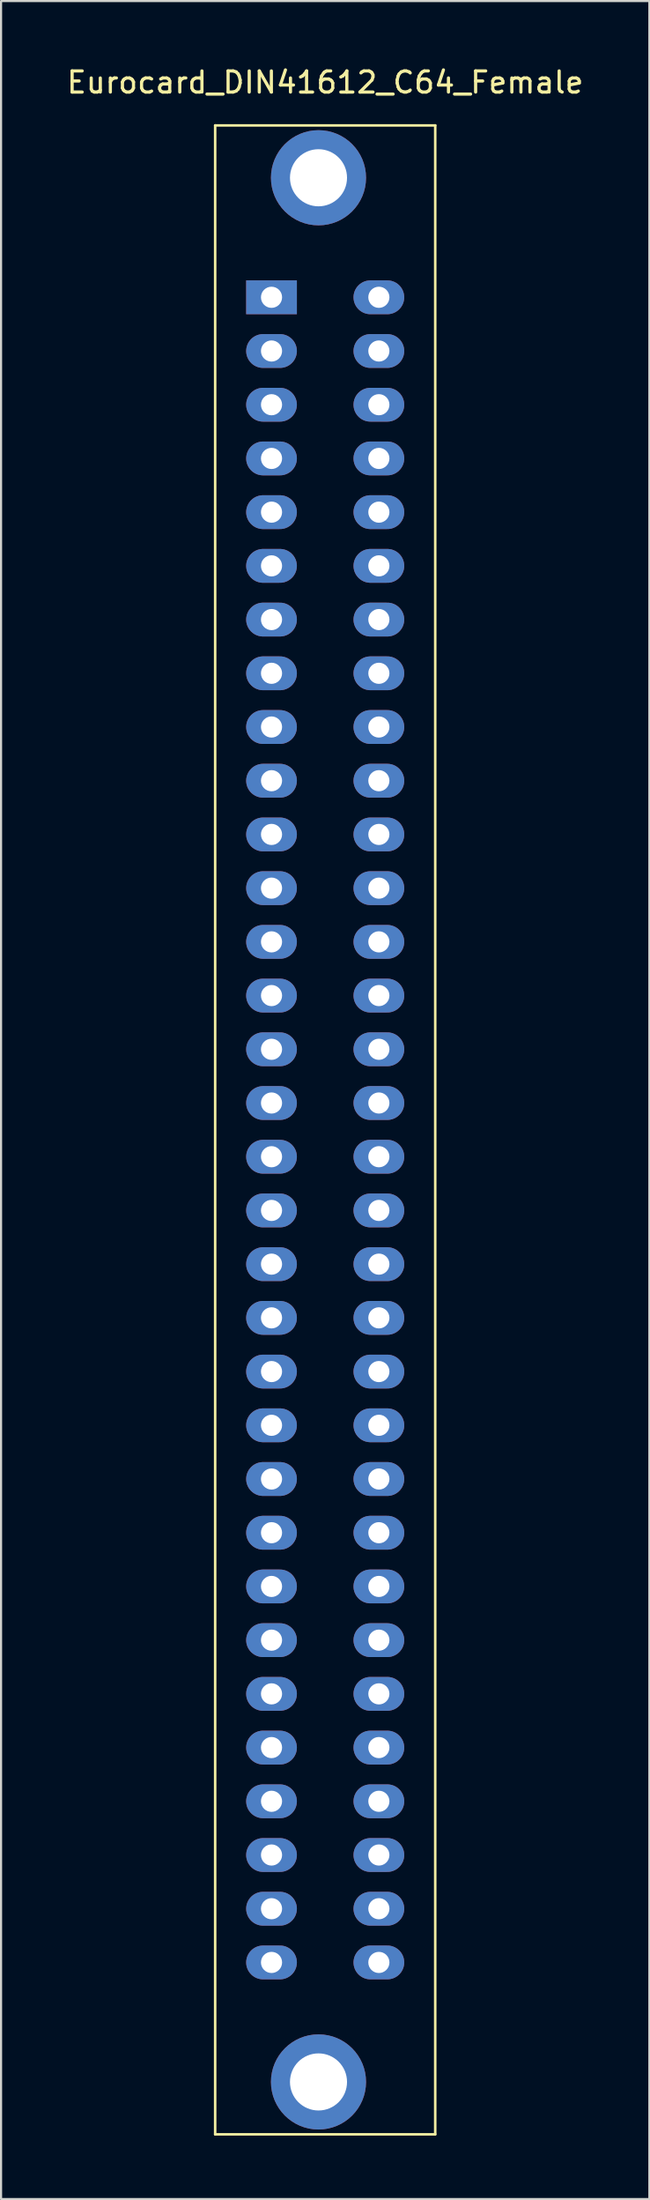
<source format=kicad_pcb>
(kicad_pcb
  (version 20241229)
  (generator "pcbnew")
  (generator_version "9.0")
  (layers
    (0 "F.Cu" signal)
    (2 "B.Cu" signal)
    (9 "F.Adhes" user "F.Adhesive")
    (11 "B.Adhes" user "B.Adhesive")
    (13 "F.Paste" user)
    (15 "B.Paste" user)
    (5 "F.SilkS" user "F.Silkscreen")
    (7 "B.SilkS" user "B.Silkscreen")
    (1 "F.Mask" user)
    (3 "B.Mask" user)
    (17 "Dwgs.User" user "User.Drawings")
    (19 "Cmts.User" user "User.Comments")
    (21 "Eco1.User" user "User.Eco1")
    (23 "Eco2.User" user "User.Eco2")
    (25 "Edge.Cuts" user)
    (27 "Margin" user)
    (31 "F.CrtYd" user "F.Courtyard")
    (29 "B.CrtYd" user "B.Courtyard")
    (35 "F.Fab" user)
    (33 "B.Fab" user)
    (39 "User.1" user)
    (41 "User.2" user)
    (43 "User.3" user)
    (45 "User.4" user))
  (footprint "Eurocard_DIN41612_C64_Female"
    (layer "F.Cu")
    (at 9.799 11.008)
    (property "Reference" "Eurocard_DIN41612_C64_Female" (at 2.54 -10.16 0) (layer "F.SilkS") (effects (font (size 1 1) (thickness 0.15))))
    (attr through_hole)
    (fp_line (start -2.667 -8.128) (end 7.747 -8.128) (stroke (width 0.12) (type solid)) (layer "F.SilkS"))
    (fp_line (start -2.667 86.868) (end -2.667 -8.128) (stroke (width 0.12) (type solid)) (layer "F.SilkS"))
    (fp_line (start -2.667 86.868) (end 7.747 86.868) (stroke (width 0.12) (type solid)) (layer "F.SilkS"))
    (fp_line (start 7.747 86.868) (end 7.747 -8.128) (stroke (width 0.12) (type solid)) (layer "F.SilkS"))
    (pad "" np_thru_hole circle (at 2.223 -5.652) (size 4.5 4.5) (drill 2.7) (layers "*.Cu" "*.Mask"))
    (pad "" np_thru_hole circle (at 2.223 84.391) (size 4.5 4.5) (drill 2.7) (layers "*.Cu" "*.Mask"))
    (pad "1A" thru_hole rect (at 0 0) (size 2.4 1.6) (drill 1) (layers "*.Cu" "*.Mask"))
    (pad "1C" thru_hole oval (at 5.08 0) (size 2.4 1.6) (drill 1) (layers "*.Cu" "*.Mask"))
    (pad "2A" thru_hole oval (at 0 2.54) (size 2.4 1.6) (drill 1) (layers "*.Cu" "*.Mask"))
    (pad "2C" thru_hole oval (at 5.08 2.54) (size 2.4 1.6) (drill 1) (layers "*.Cu" "*.Mask"))
    (pad "3A" thru_hole oval (at 0 5.08) (size 2.4 1.6) (drill 1) (layers "*.Cu" "*.Mask"))
    (pad "3C" thru_hole oval (at 5.08 5.08) (size 2.4 1.6) (drill 1) (layers "*.Cu" "*.Mask"))
    (pad "4A" thru_hole oval (at 0 7.62) (size 2.4 1.6) (drill 1) (layers "*.Cu" "*.Mask"))
    (pad "4C" thru_hole oval (at 5.08 7.62) (size 2.4 1.6) (drill 1) (layers "*.Cu" "*.Mask"))
    (pad "5A" thru_hole oval (at 0 10.16) (size 2.4 1.6) (drill 1) (layers "*.Cu" "*.Mask"))
    (pad "5C" thru_hole oval (at 5.08 10.16) (size 2.4 1.6) (drill 1) (layers "*.Cu" "*.Mask"))
    (pad "6A" thru_hole oval (at 0 12.7) (size 2.4 1.6) (drill 1) (layers "*.Cu" "*.Mask"))
    (pad "6C" thru_hole oval (at 5.08 12.7) (size 2.4 1.6) (drill 1) (layers "*.Cu" "*.Mask"))
    (pad "7A" thru_hole oval (at 0 15.24) (size 2.4 1.6) (drill 1) (layers "*.Cu" "*.Mask"))
    (pad "7C" thru_hole oval (at 5.08 15.24) (size 2.4 1.6) (drill 1) (layers "*.Cu" "*.Mask"))
    (pad "8A" thru_hole oval (at 0 17.78) (size 2.4 1.6) (drill 1) (layers "*.Cu" "*.Mask"))
    (pad "8C" thru_hole oval (at 5.08 17.78) (size 2.4 1.6) (drill 1) (layers "*.Cu" "*.Mask"))
    (pad "9A" thru_hole oval (at 0 20.32) (size 2.4 1.6) (drill 1) (layers "*.Cu" "*.Mask"))
    (pad "9C" thru_hole oval (at 5.08 20.32) (size 2.4 1.6) (drill 1) (layers "*.Cu" "*.Mask"))
    (pad "10A" thru_hole oval (at 0 22.86) (size 2.4 1.6) (drill 1) (layers "*.Cu" "*.Mask"))
    (pad "10C" thru_hole oval (at 5.08 22.86) (size 2.4 1.6) (drill 1) (layers "*.Cu" "*.Mask"))
    (pad "11A" thru_hole oval (at 0 25.4) (size 2.4 1.6) (drill 1) (layers "*.Cu" "*.Mask"))
    (pad "11C" thru_hole oval (at 5.08 25.4) (size 2.4 1.6) (drill 1) (layers "*.Cu" "*.Mask"))
    (pad "12A" thru_hole oval (at 0 27.94) (size 2.4 1.6) (drill 1) (layers "*.Cu" "*.Mask"))
    (pad "12C" thru_hole oval (at 5.08 27.94) (size 2.4 1.6) (drill 1) (layers "*.Cu" "*.Mask"))
    (pad "13A" thru_hole oval (at 0 30.48) (size 2.4 1.6) (drill 1) (layers "*.Cu" "*.Mask"))
    (pad "13C" thru_hole oval (at 5.08 30.48) (size 2.4 1.6) (drill 1) (layers "*.Cu" "*.Mask"))
    (pad "14A" thru_hole oval (at 0 33.02) (size 2.4 1.6) (drill 1) (layers "*.Cu" "*.Mask"))
    (pad "14C" thru_hole oval (at 5.08 33.02) (size 2.4 1.6) (drill 1) (layers "*.Cu" "*.Mask"))
    (pad "15A" thru_hole oval (at 0 35.56) (size 2.4 1.6) (drill 1) (layers "*.Cu" "*.Mask"))
    (pad "15C" thru_hole oval (at 5.08 35.56) (size 2.4 1.6) (drill 1) (layers "*.Cu" "*.Mask"))
    (pad "16A" thru_hole oval (at 0 38.1) (size 2.4 1.6) (drill 1) (layers "*.Cu" "*.Mask"))
    (pad "16C" thru_hole oval (at 5.08 38.1) (size 2.4 1.6) (drill 1) (layers "*.Cu" "*.Mask"))
    (pad "17A" thru_hole oval (at 0 40.64) (size 2.4 1.6) (drill 1) (layers "*.Cu" "*.Mask"))
    (pad "17C" thru_hole oval (at 5.08 40.64) (size 2.4 1.6) (drill 1) (layers "*.Cu" "*.Mask"))
    (pad "18A" thru_hole oval (at 0 43.18) (size 2.4 1.6) (drill 1) (layers "*.Cu" "*.Mask"))
    (pad "18C" thru_hole oval (at 5.08 43.18) (size 2.4 1.6) (drill 1) (layers "*.Cu" "*.Mask"))
    (pad "19A" thru_hole oval (at 0 45.72) (size 2.4 1.6) (drill 1) (layers "*.Cu" "*.Mask"))
    (pad "19C" thru_hole oval (at 5.08 45.72) (size 2.4 1.6) (drill 1) (layers "*.Cu" "*.Mask"))
    (pad "20A" thru_hole oval (at 0 48.26) (size 2.4 1.6) (drill 1) (layers "*.Cu" "*.Mask"))
    (pad "20C" thru_hole oval (at 5.08 48.26) (size 2.4 1.6) (drill 1) (layers "*.Cu" "*.Mask"))
    (pad "21A" thru_hole oval (at 0 50.8) (size 2.4 1.6) (drill 1) (layers "*.Cu" "*.Mask"))
    (pad "21C" thru_hole oval (at 5.08 50.8) (size 2.4 1.6) (drill 1) (layers "*.Cu" "*.Mask"))
    (pad "22A" thru_hole oval (at 0 53.34) (size 2.4 1.6) (drill 1) (layers "*.Cu" "*.Mask"))
    (pad "22C" thru_hole oval (at 5.08 53.34) (size 2.4 1.6) (drill 1) (layers "*.Cu" "*.Mask"))
    (pad "23A" thru_hole oval (at 0 55.88) (size 2.4 1.6) (drill 1) (layers "*.Cu" "*.Mask"))
    (pad "23C" thru_hole oval (at 5.08 55.88) (size 2.4 1.6) (drill 1) (layers "*.Cu" "*.Mask"))
    (pad "24A" thru_hole oval (at 0 58.42) (size 2.4 1.6) (drill 1) (layers "*.Cu" "*.Mask"))
    (pad "24C" thru_hole oval (at 5.08 58.42) (size 2.4 1.6) (drill 1) (layers "*.Cu" "*.Mask"))
    (pad "25A" thru_hole oval (at 0 60.96) (size 2.4 1.6) (drill 1) (layers "*.Cu" "*.Mask"))
    (pad "25C" thru_hole oval (at 5.08 60.96) (size 2.4 1.6) (drill 1) (layers "*.Cu" "*.Mask"))
    (pad "26A" thru_hole oval (at 0 63.5) (size 2.4 1.6) (drill 1) (layers "*.Cu" "*.Mask"))
    (pad "26C" thru_hole oval (at 5.08 63.5) (size 2.4 1.6) (drill 1) (layers "*.Cu" "*.Mask"))
    (pad "27A" thru_hole oval (at 0 66.04) (size 2.4 1.6) (drill 1) (layers "*.Cu" "*.Mask"))
    (pad "27C" thru_hole oval (at 5.08 66.04) (size 2.4 1.6) (drill 1) (layers "*.Cu" "*.Mask"))
    (pad "28A" thru_hole oval (at 0 68.58) (size 2.4 1.6) (drill 1) (layers "*.Cu" "*.Mask"))
    (pad "28C" thru_hole oval (at 5.08 68.58) (size 2.4 1.6) (drill 1) (layers "*.Cu" "*.Mask"))
    (pad "29A" thru_hole oval (at 0 71.12) (size 2.4 1.6) (drill 1) (layers "*.Cu" "*.Mask"))
    (pad "29C" thru_hole oval (at 5.08 71.12) (size 2.4 1.6) (drill 1) (layers "*.Cu" "*.Mask"))
    (pad "30A" thru_hole oval (at 0 73.66) (size 2.4 1.6) (drill 1) (layers "*.Cu" "*.Mask"))
    (pad "30C" thru_hole oval (at 5.08 73.66) (size 2.4 1.6) (drill 1) (layers "*.Cu" "*.Mask"))
    (pad "31A" thru_hole oval (at 0 76.2) (size 2.4 1.6) (drill 1) (layers "*.Cu" "*.Mask"))
    (pad "31C" thru_hole oval (at 5.08 76.2) (size 2.4 1.6) (drill 1) (layers "*.Cu" "*.Mask"))
    (pad "32A" thru_hole oval (at 0 78.74) (size 2.4 1.6) (drill 1) (layers "*.Cu" "*.Mask"))
    (pad "32C" thru_hole oval (at 5.08 78.74) (size 2.4 1.6) (drill 1) (layers "*.Cu" "*.Mask")))
  (gr_rect
    (start -3 -3)
    (end 27.679 100.936)
    (stroke (width 0.1) (type default))
    (fill no)
    (layer "Edge.Cuts")))
</source>
